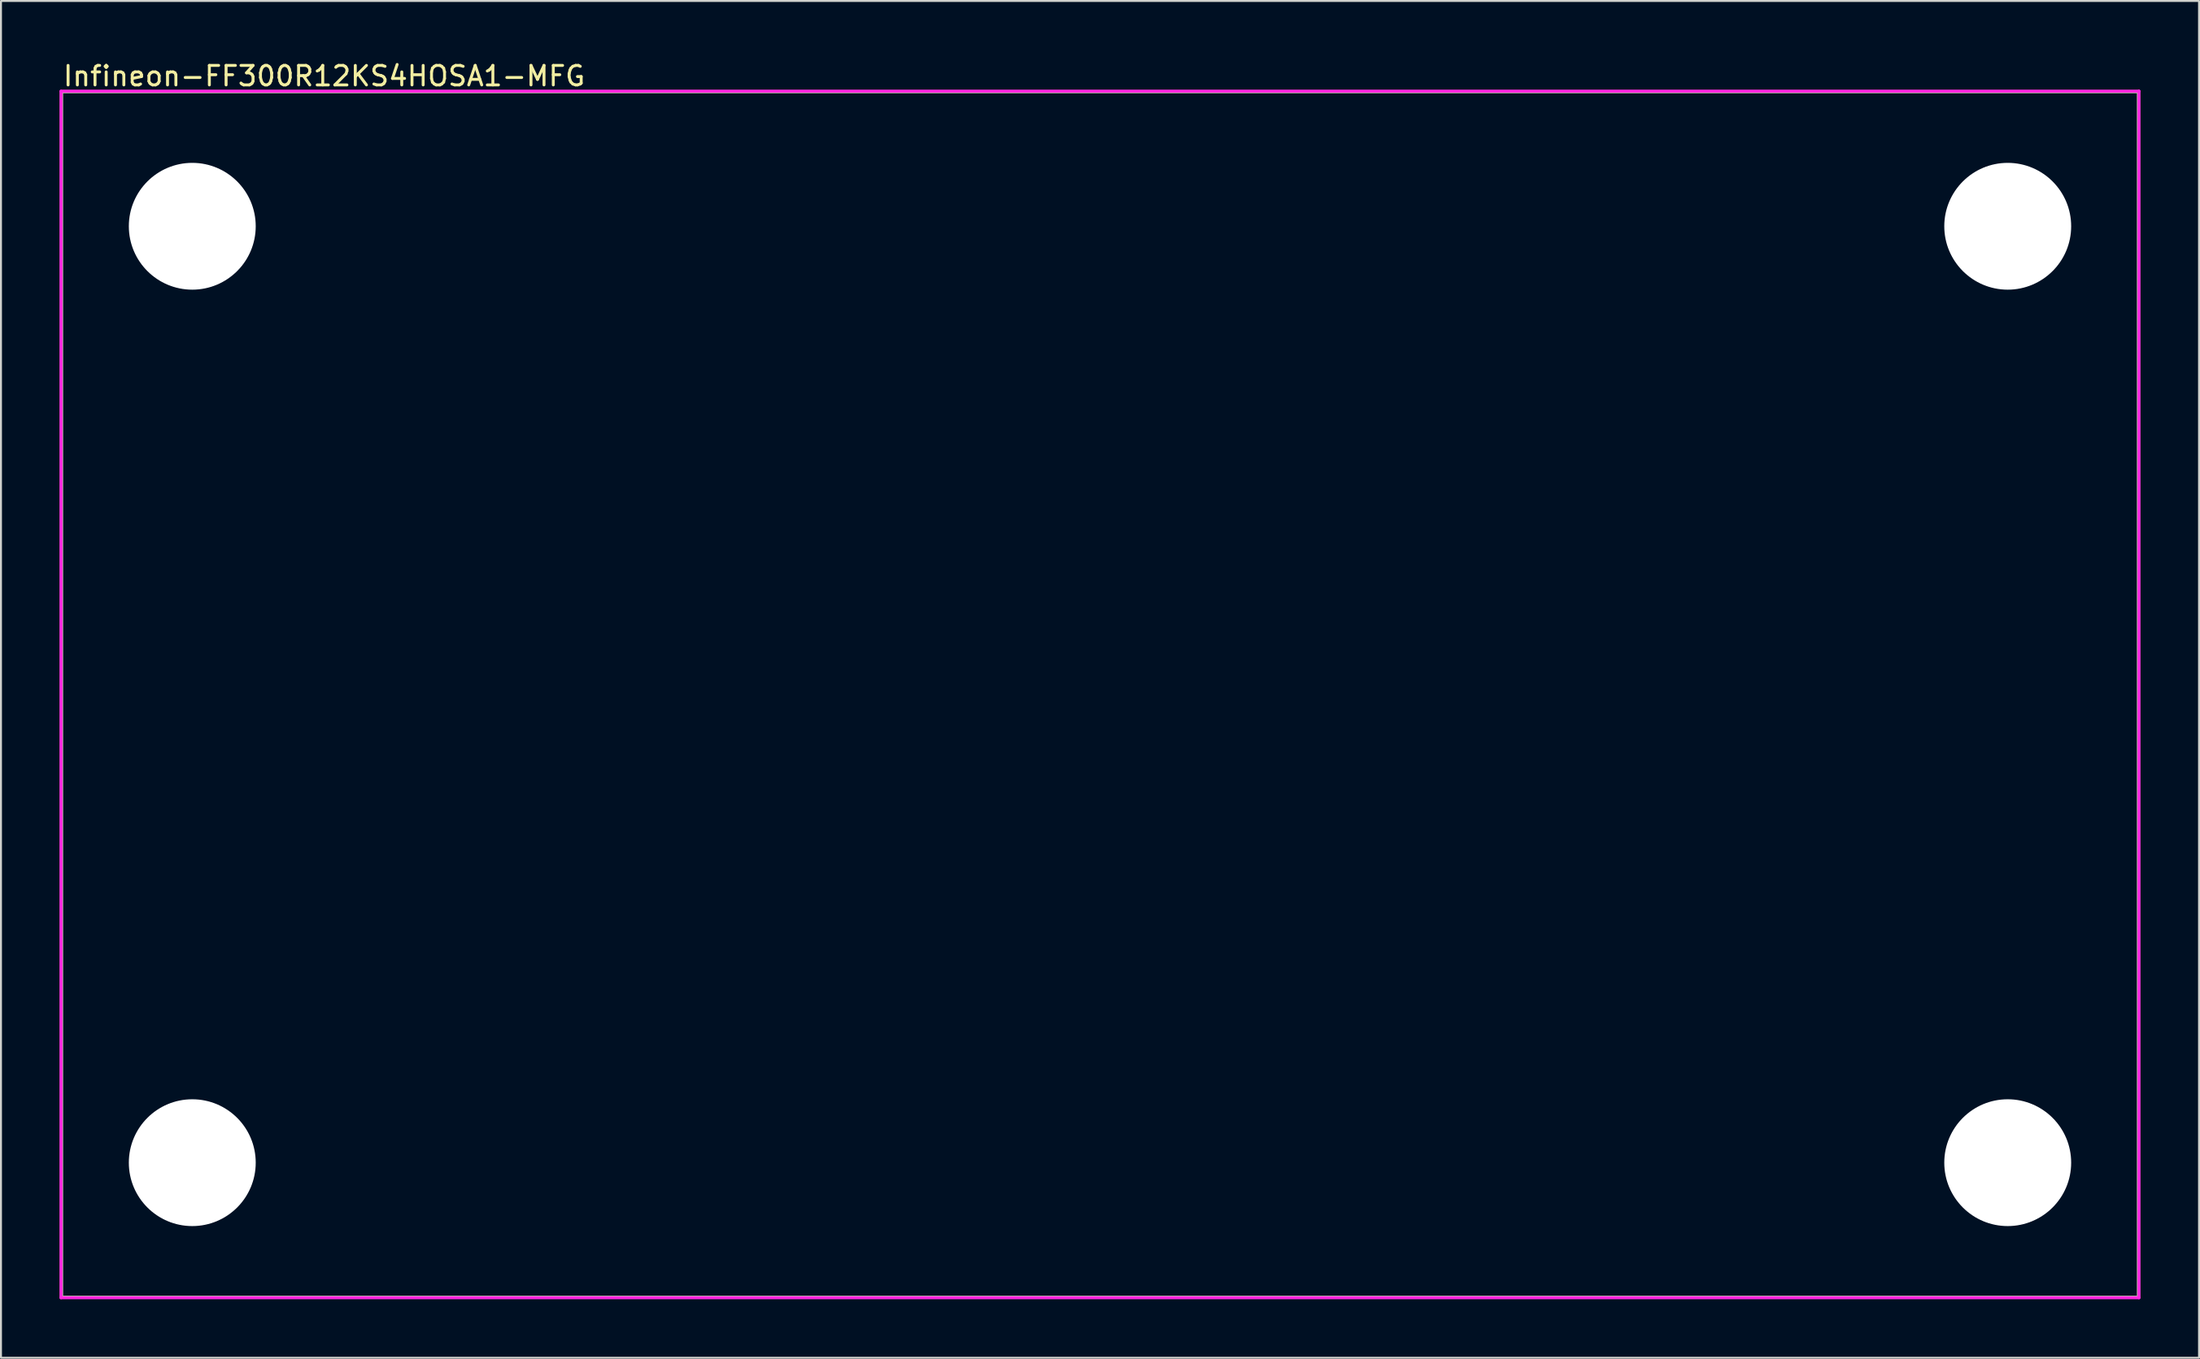
<source format=kicad_pcb>
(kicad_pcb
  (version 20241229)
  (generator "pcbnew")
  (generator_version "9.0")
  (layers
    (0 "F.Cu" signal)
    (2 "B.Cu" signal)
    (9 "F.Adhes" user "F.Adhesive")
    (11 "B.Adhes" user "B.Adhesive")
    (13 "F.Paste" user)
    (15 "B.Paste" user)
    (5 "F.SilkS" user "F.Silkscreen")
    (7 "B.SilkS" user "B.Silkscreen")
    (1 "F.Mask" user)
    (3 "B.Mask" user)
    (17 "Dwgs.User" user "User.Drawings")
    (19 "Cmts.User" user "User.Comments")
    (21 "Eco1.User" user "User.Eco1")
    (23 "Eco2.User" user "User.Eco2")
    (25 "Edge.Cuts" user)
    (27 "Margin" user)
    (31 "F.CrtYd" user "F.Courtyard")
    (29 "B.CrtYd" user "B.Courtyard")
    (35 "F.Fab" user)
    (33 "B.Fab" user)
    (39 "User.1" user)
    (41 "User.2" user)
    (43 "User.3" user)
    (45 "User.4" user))
  (footprint "Infineon-FF300R12KS4HOSA1-MFG"
    (layer "F.Cu")
    (at 53.3 32.548)
    (property "Reference" "Infineon-FF300R12KS4HOSA1-MFG" (at -53.2 -31.7 0) (layer "F.SilkS") (effects (font (size 1 1) (thickness 0.15)) (justify left)))
    (attr through_hole)
    (fp_line (start -53.2 -30.9) (end 53.2 -30.9) (stroke (width 0.15) (type solid)) (layer "F.SilkS"))
    (fp_line (start -53.2 30.9) (end -53.2 -30.9) (stroke (width 0.15) (type solid)) (layer "F.SilkS"))
    (fp_line (start -53.2 30.9) (end 53.2 30.9) (stroke (width 0.15) (type solid)) (layer "F.SilkS"))
    (fp_line (start 53.2 30.9) (end 53.2 -30.9) (stroke (width 0.15) (type solid)) (layer "F.SilkS"))
    (fp_line (start -53.225 -30.925) (end -53.225 30.925) (stroke (width 0.15) (type solid)) (layer "F.CrtYd"))
    (fp_line (start -53.225 30.925) (end 53.225 30.925) (stroke (width 0.15) (type solid)) (layer "F.CrtYd"))
    (fp_line (start 53.225 -30.925) (end -53.225 -30.925) (stroke (width 0.15) (type solid)) (layer "F.CrtYd"))
    (fp_line (start 53.225 -30.925) (end 53.225 -30.925) (stroke (width 0.15) (type solid)) (layer "F.CrtYd"))
    (fp_line (start 53.225 30.925) (end 53.225 -30.925) (stroke (width 0.15) (type solid)) (layer "F.CrtYd"))
    (fp_line (start -53.2 -30.9) (end 53.2 -30.9) (stroke (width 0.15) (type solid)) (layer "F.Fab"))
    (fp_line (start -53.2 30.9) (end -53.2 -30.9) (stroke (width 0.15) (type solid)) (layer "F.Fab"))
    (fp_line (start 53.2 -30.9) (end 53.2 30.9) (stroke (width 0.15) (type solid)) (layer "F.Fab"))
    (fp_line (start 53.2 30.9) (end -53.2 30.9) (stroke (width 0.15) (type solid)) (layer "F.Fab"))
    (pad "" np_thru_hole circle (at -46.5 -24) (size 6.5 6.5) (drill 6.5) (layers "*.Cu" "*.Mask"))
    (pad "" np_thru_hole circle (at -46.5 24) (size 6.5 6.5) (drill 6.5) (layers "*.Cu" "*.Mask"))
    (pad "" np_thru_hole circle (at 46.5 -24) (size 6.5 6.5) (drill 6.5) (layers "*.Cu" "*.Mask"))
    (pad "" np_thru_hole circle (at 46.5 24) (size 6.5 6.5) (drill 6.5) (layers "*.Cu" "*.Mask")))
  (gr_rect
    (start -3 -3)
    (end 109.6 66.548)
    (stroke (width 0.1) (type default))
    (fill no)
    (layer "Edge.Cuts")))
</source>
